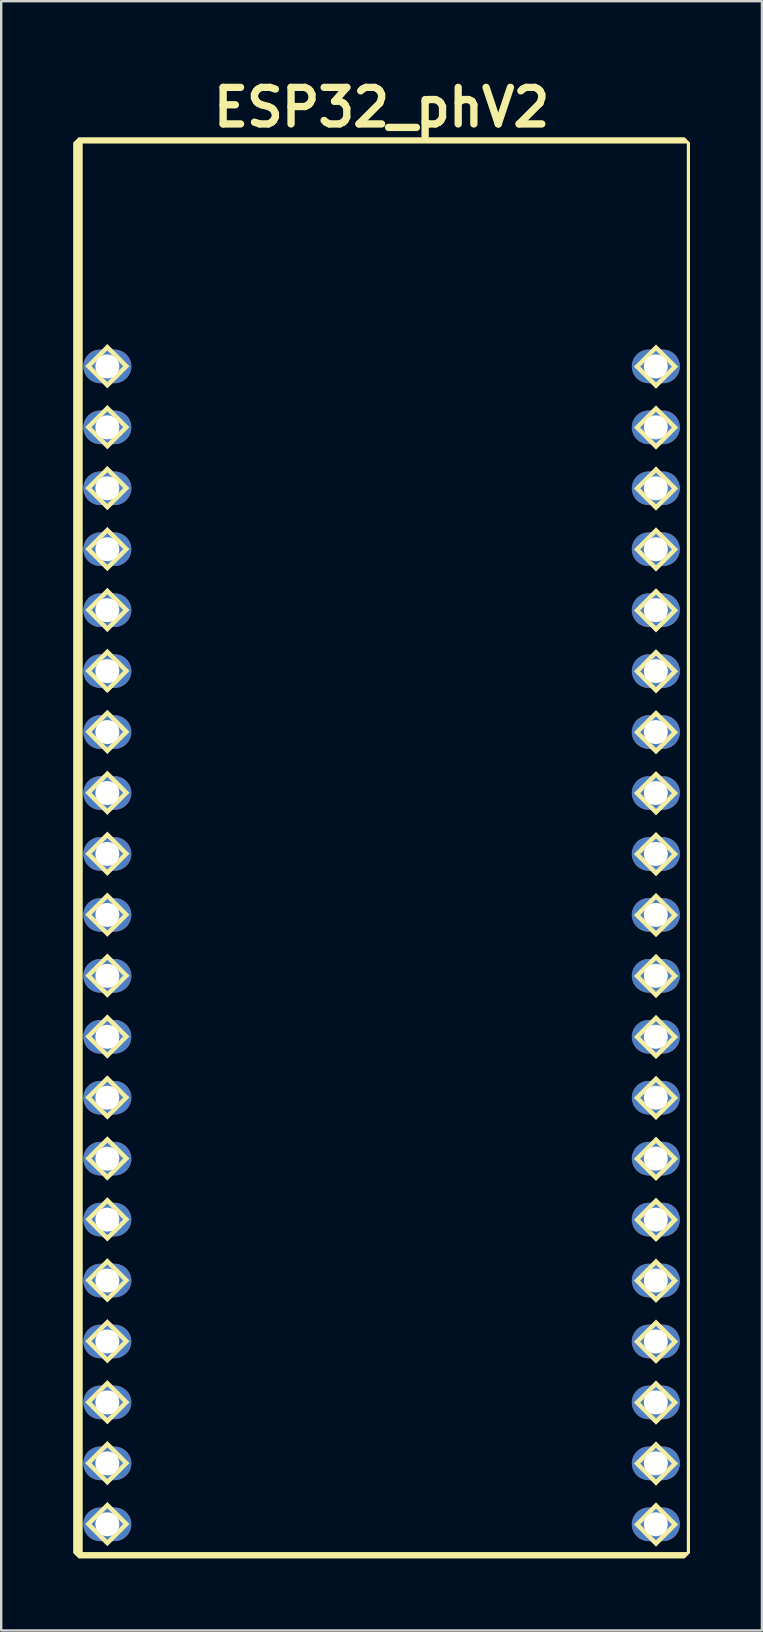
<source format=kicad_pcb>
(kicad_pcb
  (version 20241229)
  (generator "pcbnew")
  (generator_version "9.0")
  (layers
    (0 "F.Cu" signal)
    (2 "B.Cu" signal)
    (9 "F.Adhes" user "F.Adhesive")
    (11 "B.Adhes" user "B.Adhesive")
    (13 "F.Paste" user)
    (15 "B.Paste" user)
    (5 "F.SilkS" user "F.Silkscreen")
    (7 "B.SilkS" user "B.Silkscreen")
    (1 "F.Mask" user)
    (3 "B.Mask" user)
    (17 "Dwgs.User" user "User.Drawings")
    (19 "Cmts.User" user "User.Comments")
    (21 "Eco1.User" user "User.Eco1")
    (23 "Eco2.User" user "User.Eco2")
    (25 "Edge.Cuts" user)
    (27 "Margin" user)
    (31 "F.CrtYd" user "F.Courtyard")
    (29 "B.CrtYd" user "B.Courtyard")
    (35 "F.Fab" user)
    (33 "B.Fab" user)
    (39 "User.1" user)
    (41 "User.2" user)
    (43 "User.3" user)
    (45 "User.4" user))
  (footprint "ESP32_phV2"
    (layer "F.Cu")
    (at 12.854 32.287)
    (property "Reference" "ESP32_phV2" (at 0 -30.861 0) (layer "F.SilkS") (effects (font (size 1.524 1.524) (thickness 0.305))))
    (attr smd)
    (fp_poly (pts (xy -11.43 -20.998) (xy -11.43 -20.732) (xy -10.771 -20.074) (xy -11.43 -19.414) (xy -12.09 -20.074) (xy -11.43 -20.732) (xy -11.43 -20.998) (xy -12.354 -20.074) (xy -11.43 -19.15) (xy -10.506 -20.074) (xy -11.43 -20.998)) (stroke (width 0) (type solid)) (fill yes) (layer "F.SilkS"))
    (fp_poly (pts (xy -11.43 -18.457) (xy -11.43 -18.193) (xy -10.771 -17.533) (xy -11.43 -16.875) (xy -12.09 -17.533) (xy -11.43 -18.193) (xy -11.43 -18.457) (xy -12.354 -17.533) (xy -11.43 -16.609) (xy -10.506 -17.533) (xy -11.43 -18.457)) (stroke (width 0) (type solid)) (fill yes) (layer "F.SilkS"))
    (fp_poly (pts (xy -11.43 -15.918) (xy -11.43 -15.652) (xy -10.771 -14.994) (xy -11.43 -14.334) (xy -12.09 -14.994) (xy -11.43 -15.652) (xy -11.43 -15.918) (xy -12.354 -14.994) (xy -11.43 -14.07) (xy -10.506 -14.994) (xy -11.43 -15.918)) (stroke (width 0) (type solid)) (fill yes) (layer "F.SilkS"))
    (fp_poly (pts (xy -11.43 -13.377) (xy -11.43 -13.113) (xy -10.771 -12.453) (xy -11.43 -11.795) (xy -12.09 -12.453) (xy -11.43 -13.113) (xy -11.43 -13.377) (xy -12.354 -12.453) (xy -11.43 -11.531) (xy -10.506 -12.453) (xy -11.43 -13.377)) (stroke (width 0) (type solid)) (fill yes) (layer "F.SilkS"))
    (fp_poly (pts (xy -11.43 -10.838) (xy -11.43 -10.572) (xy -10.771 -9.914) (xy -11.43 -9.256) (xy -12.09 -9.914) (xy -11.43 -10.572) (xy -11.43 -10.838) (xy -12.354 -9.914) (xy -11.43 -8.99) (xy -10.506 -9.914) (xy -11.43 -10.838)) (stroke (width 0) (type solid)) (fill yes) (layer "F.SilkS"))
    (fp_poly (pts (xy -11.43 -8.299) (xy -11.43 -8.033) (xy -10.771 -7.375) (xy -11.43 -6.715) (xy -12.09 -7.375) (xy -11.43 -8.033) (xy -11.43 -8.299) (xy -12.354 -7.375) (xy -11.43 -6.451) (xy -10.506 -7.375) (xy -11.43 -8.299)) (stroke (width 0) (type solid)) (fill yes) (layer "F.SilkS"))
    (fp_poly (pts (xy -11.43 -5.758) (xy -11.43 -5.494) (xy -10.771 -4.834) (xy -11.43 -4.176) (xy -12.09 -4.834) (xy -11.43 -5.494) (xy -11.43 -5.758) (xy -12.354 -4.834) (xy -11.43 -3.91) (xy -10.506 -4.834) (xy -11.43 -5.758)) (stroke (width 0) (type solid)) (fill yes) (layer "F.SilkS"))
    (fp_poly (pts (xy -11.43 -3.219) (xy -11.43 -2.953) (xy -10.771 -2.295) (xy -11.43 -1.635) (xy -12.09 -2.295) (xy -11.43 -2.953) (xy -11.43 -3.219) (xy -12.354 -2.295) (xy -11.43 -1.371) (xy -10.506 -2.295) (xy -11.43 -3.219)) (stroke (width 0) (type solid)) (fill yes) (layer "F.SilkS"))
    (fp_poly (pts (xy -11.43 -0.678) (xy -11.43 -0.414) (xy -10.771 0.246) (xy -11.43 0.904) (xy -12.09 0.246) (xy -11.43 -0.414) (xy -11.43 -0.678) (xy -12.354 0.246) (xy -11.43 1.17) (xy -10.506 0.246) (xy -11.43 -0.678)) (stroke (width 0) (type solid)) (fill yes) (layer "F.SilkS"))
    (fp_poly (pts (xy -11.43 1.861) (xy -11.43 2.127) (xy -10.771 2.785) (xy -11.43 3.445) (xy -12.09 2.785) (xy -11.43 2.127) (xy -11.43 1.861) (xy -12.354 2.785) (xy -11.43 3.709) (xy -10.506 2.785) (xy -11.43 1.861)) (stroke (width 0) (type solid)) (fill yes) (layer "F.SilkS"))
    (fp_poly (pts (xy -11.43 4.402) (xy -11.43 4.666) (xy -10.771 5.326) (xy -11.43 5.984) (xy -12.09 5.326) (xy -11.43 4.666) (xy -11.43 4.402) (xy -12.354 5.326) (xy -11.43 6.248) (xy -10.506 5.326) (xy -11.43 4.402)) (stroke (width 0) (type solid)) (fill yes) (layer "F.SilkS"))
    (fp_poly (pts (xy -11.43 6.941) (xy -11.43 7.207) (xy -10.771 7.865) (xy -11.43 8.523) (xy -12.09 7.865) (xy -11.43 7.207) (xy -11.43 6.941) (xy -12.354 7.865) (xy -11.43 8.789) (xy -10.506 7.865) (xy -11.43 6.941)) (stroke (width 0) (type solid)) (fill yes) (layer "F.SilkS"))
    (fp_poly (pts (xy -11.43 9.48) (xy -11.43 9.746) (xy -10.771 10.404) (xy -11.43 11.064) (xy -12.09 10.404) (xy -11.43 9.746) (xy -11.43 9.48) (xy -12.354 10.404) (xy -11.43 11.328) (xy -10.506 10.404) (xy -11.43 9.48)) (stroke (width 0) (type solid)) (fill yes) (layer "F.SilkS"))
    (fp_poly (pts (xy -11.43 12.021) (xy -11.43 12.285) (xy -10.771 12.945) (xy -11.43 13.604) (xy -12.09 12.945) (xy -11.43 12.285) (xy -11.43 12.021) (xy -12.354 12.945) (xy -11.43 13.869) (xy -10.506 12.945) (xy -11.43 12.021)) (stroke (width 0) (type solid)) (fill yes) (layer "F.SilkS"))
    (fp_poly (pts (xy -11.43 14.561) (xy -11.43 14.826) (xy -10.771 15.484) (xy -11.43 16.145) (xy -12.09 15.484) (xy -11.43 14.826) (xy -11.43 14.561) (xy -12.354 15.484) (xy -11.43 16.408) (xy -10.506 15.484) (xy -11.43 14.561)) (stroke (width 0) (type solid)) (fill yes) (layer "F.SilkS"))
    (fp_poly (pts (xy -11.43 17.102) (xy -11.43 17.365) (xy -10.771 18.025) (xy -11.43 18.684) (xy -12.09 18.025) (xy -11.43 17.365) (xy -11.43 17.102) (xy -12.354 18.025) (xy -11.43 18.949) (xy -10.506 18.025) (xy -11.43 17.102)) (stroke (width 0) (type solid)) (fill yes) (layer "F.SilkS"))
    (fp_poly (pts (xy -11.43 19.641) (xy -11.43 19.906) (xy -10.771 20.564) (xy -11.43 21.225) (xy -12.09 20.564) (xy -11.43 19.906) (xy -11.43 19.641) (xy -12.354 20.564) (xy -11.43 21.488) (xy -10.506 20.564) (xy -11.43 19.641)) (stroke (width 0) (type solid)) (fill yes) (layer "F.SilkS"))
    (fp_poly (pts (xy -11.43 22.182) (xy -11.43 22.445) (xy -10.771 23.105) (xy -11.43 23.764) (xy -12.09 23.105) (xy -11.43 22.445) (xy -11.43 22.182) (xy -12.354 23.105) (xy -11.43 24.027) (xy -10.506 23.105) (xy -11.43 22.182)) (stroke (width 0) (type solid)) (fill yes) (layer "F.SilkS"))
    (fp_poly (pts (xy -11.43 24.721) (xy -11.43 24.986) (xy -10.771 25.645) (xy -11.43 26.303) (xy -12.09 25.645) (xy -11.43 24.986) (xy -11.43 24.721) (xy -12.354 25.645) (xy -11.43 26.568) (xy -10.506 25.645) (xy -11.43 24.721)) (stroke (width 0) (type solid)) (fill yes) (layer "F.SilkS"))
    (fp_poly (pts (xy -11.43 27.262) (xy -11.43 27.525) (xy -10.771 28.184) (xy -11.43 28.844) (xy -12.09 28.184) (xy -11.43 27.525) (xy -11.43 27.262) (xy -12.354 28.184) (xy -11.43 29.107) (xy -10.506 28.184) (xy -11.43 27.262)) (stroke (width 0) (type solid)) (fill yes) (layer "F.SilkS"))
    (fp_poly (pts (xy 11.437 -20.98) (xy 11.437 -20.717) (xy 12.098 -20.057) (xy 11.437 -19.398) (xy 10.779 -20.057) (xy 11.437 -20.717) (xy 11.437 -20.98) (xy 10.516 -20.057) (xy 11.437 -19.133) (xy 12.361 -20.057) (xy 11.437 -20.98)) (stroke (width 0) (type solid)) (fill yes) (layer "F.SilkS"))
    (fp_poly (pts (xy 11.437 -18.441) (xy 11.437 -18.176) (xy 12.098 -17.518) (xy 11.437 -16.857) (xy 10.779 -17.518) (xy 11.437 -18.176) (xy 11.437 -18.441) (xy 10.516 -17.518) (xy 11.437 -16.594) (xy 12.361 -17.518) (xy 11.437 -18.441)) (stroke (width 0) (type solid)) (fill yes) (layer "F.SilkS"))
    (fp_poly (pts (xy 11.437 -15.9) (xy 11.437 -15.637) (xy 12.098 -14.977) (xy 11.437 -14.318) (xy 10.779 -14.977) (xy 11.437 -15.637) (xy 11.437 -15.9) (xy 10.516 -14.977) (xy 11.437 -14.053) (xy 12.361 -14.977) (xy 11.437 -15.9)) (stroke (width 0) (type solid)) (fill yes) (layer "F.SilkS"))
    (fp_poly (pts (xy 11.437 -13.361) (xy 11.437 -13.096) (xy 12.098 -12.438) (xy 11.437 -11.777) (xy 10.779 -12.438) (xy 11.437 -13.096) (xy 11.437 -13.361) (xy 10.516 -12.438) (xy 11.437 -11.514) (xy 12.361 -12.438) (xy 11.437 -13.361)) (stroke (width 0) (type solid)) (fill yes) (layer "F.SilkS"))
    (fp_poly (pts (xy 11.437 -10.82) (xy 11.437 -10.557) (xy 12.098 -9.896) (xy 11.437 -9.238) (xy 10.779 -9.896) (xy 11.437 -10.557) (xy 11.437 -10.82) (xy 10.516 -9.896) (xy 11.437 -8.975) (xy 12.361 -9.896) (xy 11.437 -10.82)) (stroke (width 0) (type solid)) (fill yes) (layer "F.SilkS"))
    (fp_poly (pts (xy 11.437 -8.281) (xy 11.437 -8.016) (xy 12.098 -7.357) (xy 11.437 -6.699) (xy 10.779 -7.357) (xy 11.437 -8.016) (xy 11.437 -8.281) (xy 10.516 -7.357) (xy 11.437 -6.434) (xy 12.361 -7.357) (xy 11.437 -8.281)) (stroke (width 0) (type solid)) (fill yes) (layer "F.SilkS"))
    (fp_poly (pts (xy 11.437 -5.742) (xy 11.437 -5.477) (xy 12.098 -4.818) (xy 11.437 -4.158) (xy 10.779 -4.818) (xy 11.437 -5.477) (xy 11.437 -5.742) (xy 10.516 -4.818) (xy 11.437 -3.895) (xy 12.361 -4.818) (xy 11.437 -5.742)) (stroke (width 0) (type solid)) (fill yes) (layer "F.SilkS"))
    (fp_poly (pts (xy 11.437 -3.201) (xy 11.437 -2.938) (xy 12.098 -2.277) (xy 11.437 -1.619) (xy 10.779 -2.277) (xy 11.437 -2.938) (xy 11.437 -3.201) (xy 10.516 -2.277) (xy 11.437 -1.354) (xy 12.361 -2.277) (xy 11.437 -3.201)) (stroke (width 0) (type solid)) (fill yes) (layer "F.SilkS"))
    (fp_poly (pts (xy 11.437 -0.662) (xy 11.437 -0.396) (xy 12.098 0.262) (xy 11.437 0.922) (xy 10.779 0.262) (xy 11.437 -0.396) (xy 11.437 -0.662) (xy 10.516 0.262) (xy 11.437 1.186) (xy 12.361 0.262) (xy 11.437 -0.662)) (stroke (width 0) (type solid)) (fill yes) (layer "F.SilkS"))
    (fp_poly (pts (xy 11.437 1.879) (xy 11.437 2.143) (xy 12.098 2.803) (xy 11.437 3.461) (xy 10.779 2.803) (xy 11.437 2.143) (xy 11.437 1.879) (xy 10.516 2.803) (xy 11.437 3.727) (xy 12.361 2.803) (xy 11.437 1.879)) (stroke (width 0) (type solid)) (fill yes) (layer "F.SilkS"))
    (fp_poly (pts (xy 11.437 4.418) (xy 11.437 4.684) (xy 12.098 5.342) (xy 11.437 6.002) (xy 10.779 5.342) (xy 11.437 4.684) (xy 11.437 4.418) (xy 10.516 5.342) (xy 11.437 6.266) (xy 12.361 5.342) (xy 11.437 4.418)) (stroke (width 0) (type solid)) (fill yes) (layer "F.SilkS"))
    (fp_poly (pts (xy 11.437 6.959) (xy 11.437 7.223) (xy 12.098 7.883) (xy 11.437 8.541) (xy 10.779 7.883) (xy 11.437 7.223) (xy 11.437 6.959) (xy 10.516 7.883) (xy 11.437 8.805) (xy 12.361 7.883) (xy 11.437 6.959)) (stroke (width 0) (type solid)) (fill yes) (layer "F.SilkS"))
    (fp_poly (pts (xy 11.437 9.498) (xy 11.437 9.764) (xy 12.098 10.422) (xy 11.437 11.08) (xy 10.779 10.422) (xy 11.437 9.764) (xy 11.437 9.498) (xy 10.516 10.422) (xy 11.437 11.346) (xy 12.361 10.422) (xy 11.437 9.498)) (stroke (width 0) (type solid)) (fill yes) (layer "F.SilkS"))
    (fp_poly (pts (xy 11.437 12.037) (xy 11.437 12.303) (xy 12.098 12.961) (xy 11.437 13.621) (xy 10.779 12.961) (xy 11.437 12.303) (xy 11.437 12.037) (xy 10.516 12.961) (xy 11.437 13.885) (xy 12.361 12.961) (xy 11.437 12.037)) (stroke (width 0) (type solid)) (fill yes) (layer "F.SilkS"))
    (fp_poly (pts (xy 11.437 14.578) (xy 11.437 14.842) (xy 12.098 15.502) (xy 11.437 16.16) (xy 10.779 15.502) (xy 11.437 14.842) (xy 11.437 14.578) (xy 10.516 15.502) (xy 11.437 16.426) (xy 12.361 15.502) (xy 11.437 14.578)) (stroke (width 0) (type solid)) (fill yes) (layer "F.SilkS"))
    (fp_poly (pts (xy 11.437 17.117) (xy 11.437 17.383) (xy 12.098 18.041) (xy 11.437 18.701) (xy 10.779 18.041) (xy 11.437 17.383) (xy 11.437 17.117) (xy 10.516 18.041) (xy 11.437 18.965) (xy 12.361 18.041) (xy 11.437 17.117)) (stroke (width 0) (type solid)) (fill yes) (layer "F.SilkS"))
    (fp_poly (pts (xy 11.437 19.658) (xy 11.437 19.922) (xy 12.098 20.582) (xy 11.437 21.24) (xy 10.779 20.582) (xy 11.437 19.922) (xy 11.437 19.658) (xy 10.516 20.582) (xy 11.437 21.506) (xy 12.361 20.582) (xy 11.437 19.658)) (stroke (width 0) (type solid)) (fill yes) (layer "F.SilkS"))
    (fp_poly (pts (xy 11.437 22.197) (xy 11.437 22.463) (xy 12.098 23.121) (xy 11.437 23.781) (xy 10.779 23.121) (xy 11.437 22.463) (xy 11.437 22.197) (xy 10.516 23.121) (xy 11.437 24.045) (xy 12.361 23.121) (xy 11.437 22.197)) (stroke (width 0) (type solid)) (fill yes) (layer "F.SilkS"))
    (fp_poly (pts (xy 11.437 24.738) (xy 11.437 25.002) (xy 12.098 25.662) (xy 11.437 26.32) (xy 10.779 25.662) (xy 11.437 25.002) (xy 11.437 24.738) (xy 10.516 25.662) (xy 11.437 26.584) (xy 12.361 25.662) (xy 11.437 24.738)) (stroke (width 0) (type solid)) (fill yes) (layer "F.SilkS"))
    (fp_poly (pts (xy 11.437 27.277) (xy 11.437 27.543) (xy 12.098 28.201) (xy 11.437 28.859) (xy 10.779 28.201) (xy 11.437 27.543) (xy 11.437 27.277) (xy 10.516 28.201) (xy 11.437 29.125) (xy 12.361 28.201) (xy 11.437 27.277)) (stroke (width 0) (type solid)) (fill yes) (layer "F.SilkS"))
    (fp_poly (pts (xy -12.625 -29.617) (xy -12.457 -29.354) (xy 12.721 -29.354) (xy 12.721 29.352) (xy -12.457 29.352) (xy -12.457 -29.354) (xy -12.625 -29.617) (xy -12.758 -29.486) (xy -12.854 -29.391) (xy -12.854 29.391) (xy -12.625 29.617) (xy 12.627 29.617) (xy 12.854 29.391) (xy 12.854 -29.391) (xy 12.627 -29.617) (xy -12.494 -29.617) (xy -12.625 -29.617)) (stroke (width 0) (type solid)) (fill yes) (layer "F.SilkS"))
    (pad "1" thru_hole oval (at -11.43 -20.066 270) (size 1.4 2) (drill 1) (layers "*.Cu" "*.Mask"))
    (pad "2" thru_hole oval (at -11.43 -17.526 270) (size 1.4 2) (drill 1) (layers "*.Cu" "*.Mask"))
    (pad "3" thru_hole oval (at -11.43 -14.986 270) (size 1.4 2) (drill 1) (layers "*.Cu" "*.Mask"))
    (pad "4" thru_hole oval (at -11.43 -12.446 270) (size 1.4 2) (drill 1) (layers "*.Cu" "*.Mask"))
    (pad "5" thru_hole oval (at -11.43 -9.906 270) (size 1.4 2) (drill 1) (layers "*.Cu" "*.Mask"))
    (pad "6" thru_hole oval (at -11.43 -7.366 270) (size 1.4 2) (drill 1) (layers "*.Cu" "*.Mask"))
    (pad "7" thru_hole oval (at -11.43 -4.826 270) (size 1.4 2) (drill 1) (layers "*.Cu" "*.Mask"))
    (pad "8" thru_hole oval (at -11.43 -2.286 270) (size 1.4 2) (drill 1) (layers "*.Cu" "*.Mask"))
    (pad "9" thru_hole oval (at -11.43 0.254 270) (size 1.4 2) (drill 1) (layers "*.Cu" "*.Mask"))
    (pad "10" thru_hole oval (at -11.43 2.794 270) (size 1.4 2) (drill 1) (layers "*.Cu" "*.Mask"))
    (pad "11" thru_hole oval (at -11.43 5.334 270) (size 1.4 2) (drill 1) (layers "*.Cu" "*.Mask"))
    (pad "12" thru_hole oval (at -11.43 7.874 270) (size 1.4 2) (drill 1) (layers "*.Cu" "*.Mask"))
    (pad "13" thru_hole oval (at -11.43 10.414 270) (size 1.4 2) (drill 1) (layers "*.Cu" "*.Mask"))
    (pad "14" thru_hole oval (at -11.43 12.954 270) (size 1.4 2) (drill 1) (layers "*.Cu" "*.Mask"))
    (pad "15" thru_hole oval (at -11.43 15.494 270) (size 1.4 2) (drill 1) (layers "*.Cu" "*.Mask"))
    (pad "16" thru_hole oval (at -11.43 18.034 270) (size 1.4 2) (drill 1) (layers "*.Cu" "*.Mask"))
    (pad "17" thru_hole oval (at -11.43 20.574 270) (size 1.4 2) (drill 1) (layers "*.Cu" "*.Mask"))
    (pad "18" thru_hole oval (at -11.43 23.114 270) (size 1.4 2) (drill 1) (layers "*.Cu" "*.Mask"))
    (pad "19" thru_hole oval (at -11.43 25.654 270) (size 1.4 2) (drill 1) (layers "*.Cu" "*.Mask"))
    (pad "20" thru_hole oval (at -11.43 28.194 270) (size 1.4 2) (drill 1) (layers "*.Cu" "*.Mask"))
    (pad "21" thru_hole oval (at 11.43 28.194 270) (size 1.4 2) (drill 1) (layers "*.Cu" "*.Mask"))
    (pad "22" thru_hole oval (at 11.43 25.654 270) (size 1.4 2) (drill 1) (layers "*.Cu" "*.Mask"))
    (pad "23" thru_hole oval (at 11.43 23.114 270) (size 1.4 2) (drill 1) (layers "*.Cu" "*.Mask"))
    (pad "24" thru_hole oval (at 11.43 20.574 270) (size 1.4 2) (drill 1) (layers "*.Cu" "*.Mask"))
    (pad "25" thru_hole oval (at 11.43 18.034 270) (size 1.4 2) (drill 1) (layers "*.Cu" "*.Mask"))
    (pad "26" thru_hole oval (at 11.43 15.494 270) (size 1.4 2) (drill 1) (layers "*.Cu" "*.Mask"))
    (pad "27" thru_hole oval (at 11.43 12.954 270) (size 1.4 2) (drill 1) (layers "*.Cu" "*.Mask"))
    (pad "28" thru_hole oval (at 11.43 10.414 270) (size 1.4 2) (drill 1) (layers "*.Cu" "*.Mask"))
    (pad "29" thru_hole oval (at 11.43 7.874 270) (size 1.4 2) (drill 1) (layers "*.Cu" "*.Mask"))
    (pad "30" thru_hole oval (at 11.43 5.334 270) (size 1.4 2) (drill 1) (layers "*.Cu" "*.Mask"))
    (pad "31" thru_hole oval (at 11.43 2.794 270) (size 1.4 2) (drill 1) (layers "*.Cu" "*.Mask"))
    (pad "32" thru_hole oval (at 11.43 0.254 270) (size 1.4 2) (drill 1) (layers "*.Cu" "*.Mask"))
    (pad "33" thru_hole oval (at 11.43 -2.286 270) (size 1.4 2) (drill 1) (layers "*.Cu" "*.Mask"))
    (pad "34" thru_hole oval (at 11.43 -4.826 270) (size 1.4 2) (drill 1) (layers "*.Cu" "*.Mask"))
    (pad "35" thru_hole oval (at 11.43 -7.366 270) (size 1.4 2) (drill 1) (layers "*.Cu" "*.Mask"))
    (pad "36" thru_hole oval (at 11.43 -9.906 270) (size 1.4 2) (drill 1) (layers "*.Cu" "*.Mask"))
    (pad "37" thru_hole oval (at 11.43 -12.446 270) (size 1.4 2) (drill 1) (layers "*.Cu" "*.Mask"))
    (pad "38" thru_hole oval (at 11.43 -14.986 270) (size 1.4 2) (drill 1) (layers "*.Cu" "*.Mask"))
    (pad "39" thru_hole oval (at 11.43 -17.526 270) (size 1.4 2) (drill 1) (layers "*.Cu" "*.Mask"))
    (pad "40" thru_hole oval (at 11.43 -20.066 270) (size 1.4 2) (drill 1) (layers "*.Cu" "*.Mask")))
  (gr_rect
    (start -3 -3)
    (end 28.707 64.905)
    (stroke (width 0.1) (type default))
    (fill no)
    (layer "Edge.Cuts")))
</source>
